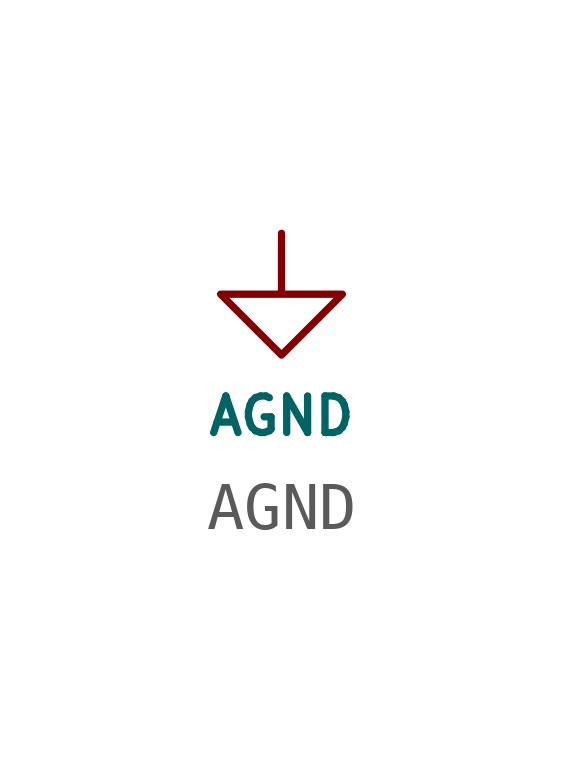
<source format=kicad_sym>
(kicad_symbol_lib
  (version 20211014)
  (generator kicad_symbol_editor)
  (symbol "AGND"
    (power)
    (pin_names
      (offset 0))
    (property "Reference" "#PWR"
      (at 0 -6.35 0)
      (effects (font (size 1.27 1.27)) hide))
    (property "Value" "AGND"
      (at 0 -3.81 0)
      (effects (font (size 0.762 0.762))))
    (symbol "AGND_0_1"
      (polyline (pts (xy 0 0) (xy 0 -1.27) (xy 1.27 -1.27) (xy 0 -2.54) (xy -1.27 -1.27) (xy 0 -1.27)) (stroke (width 0) (type default) (color 0 0 0 0)) (fill (type none))))
    (symbol "AGND_1_1"
      (pin power_in line (at 0 0 270) (length 0) hide (name "AGND" (effects (font (size 1.27 1.27)))) (number "1" (effects (font (size 1.27 1.27))))))))
</source>
